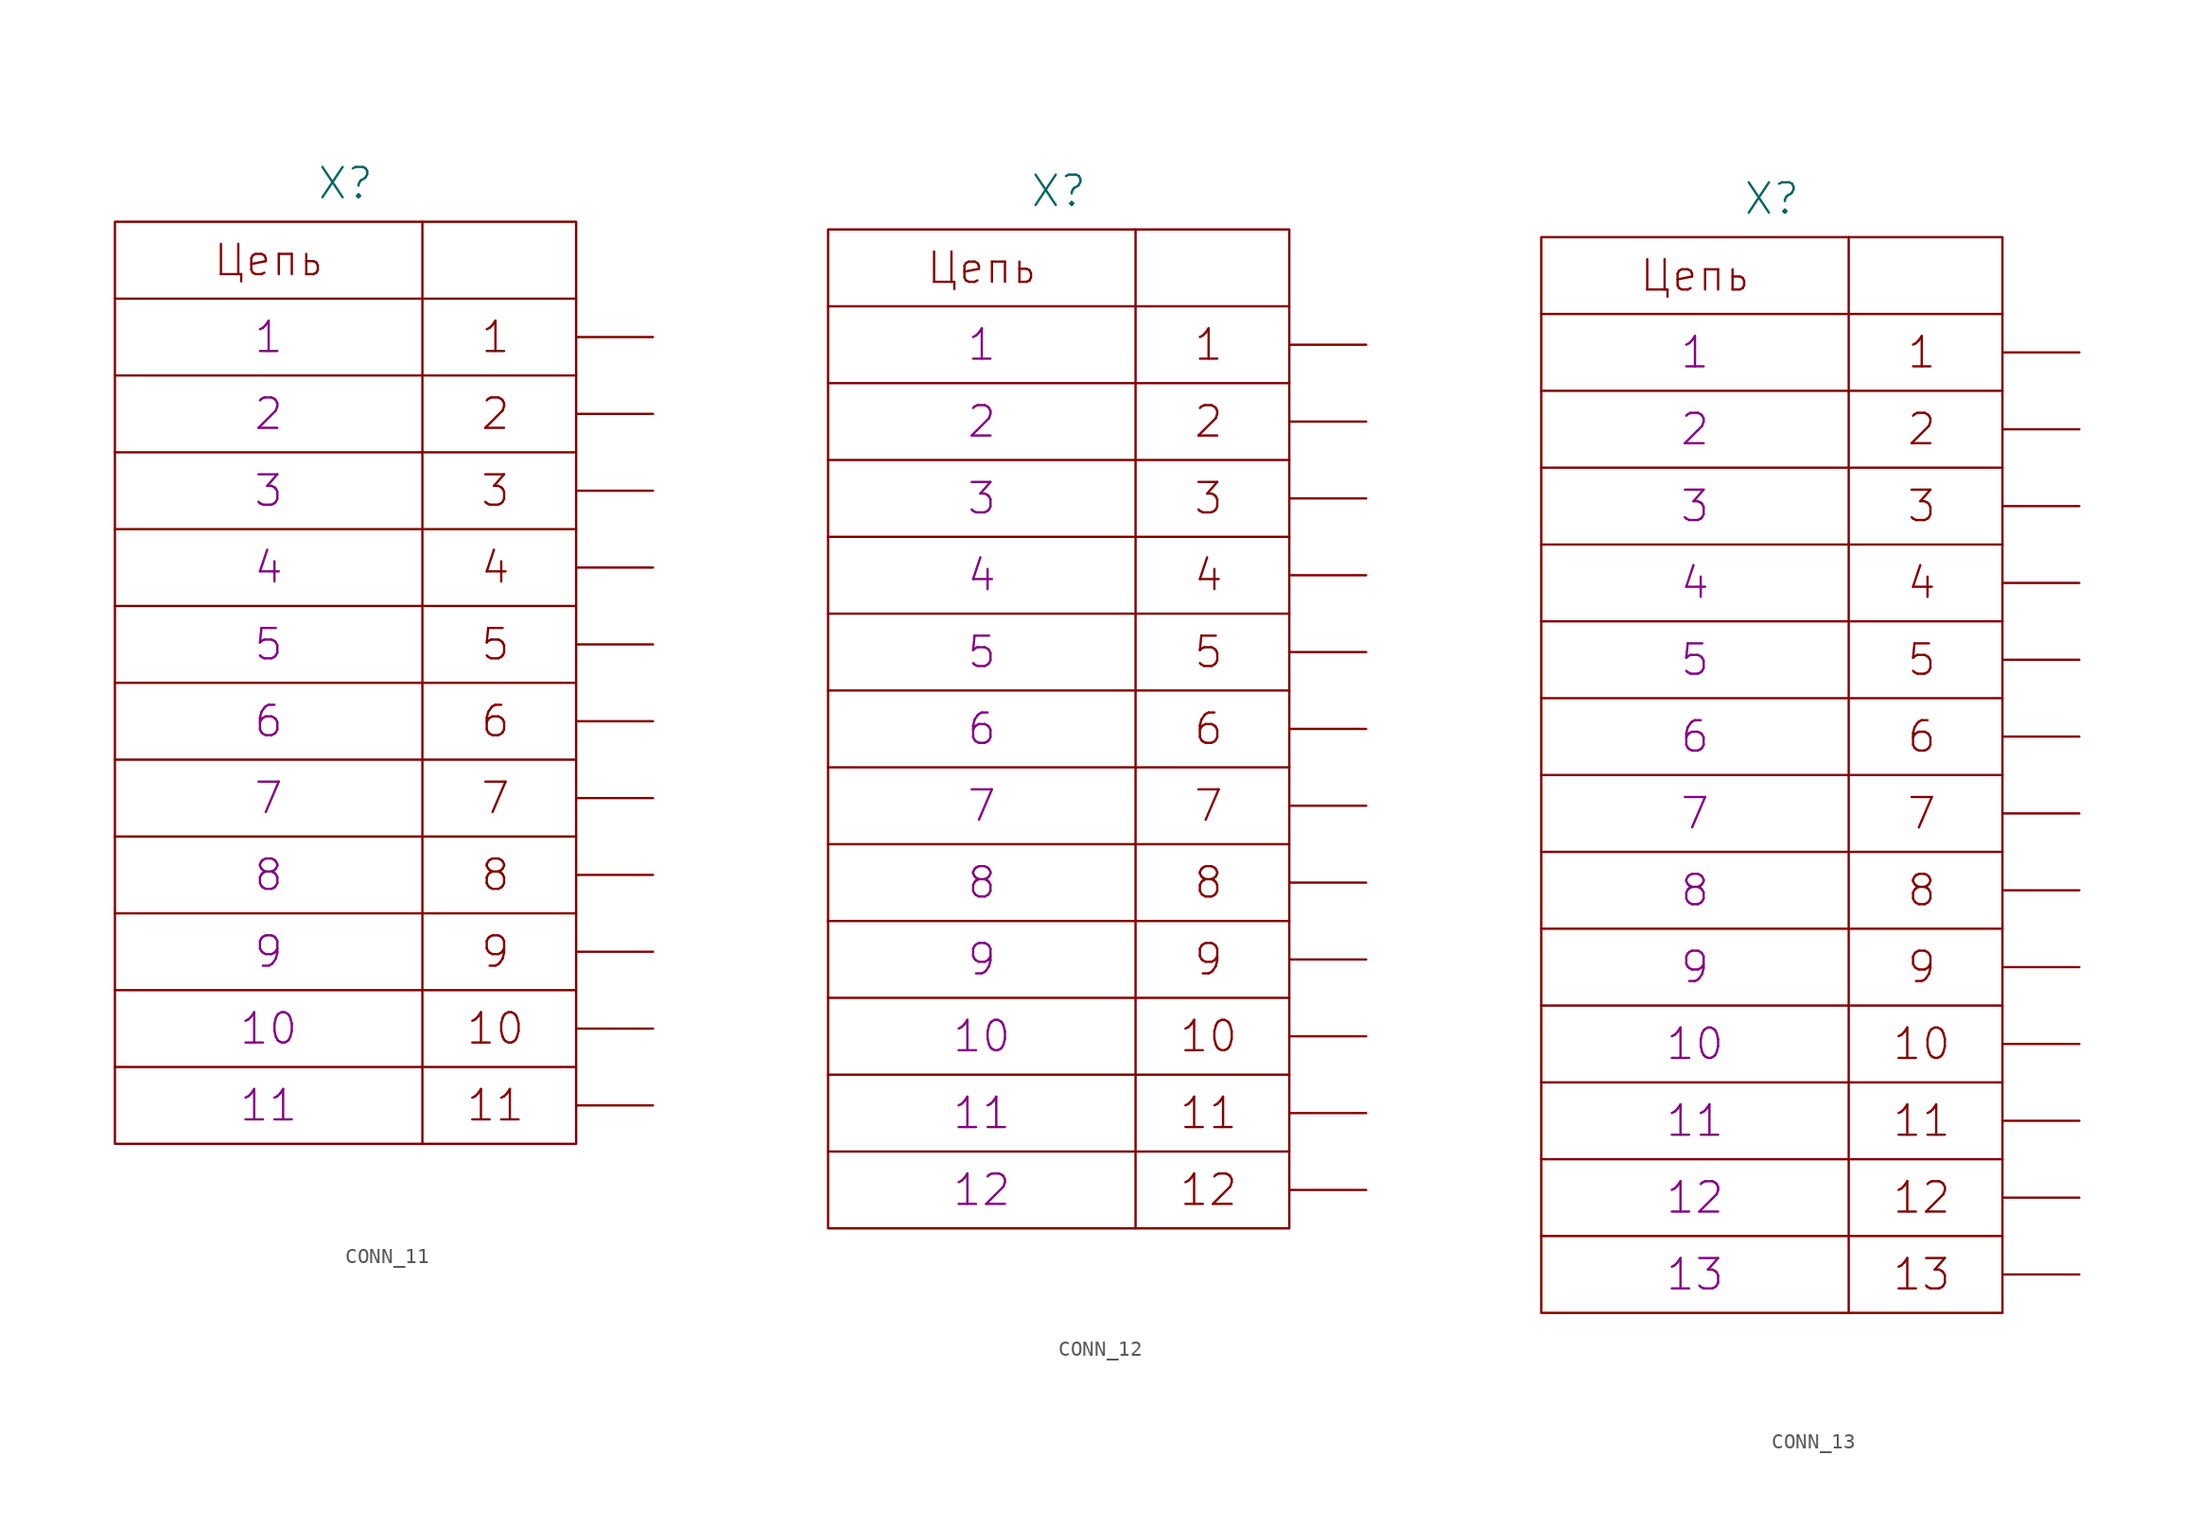
<source format=kicad_sym>
(kicad_symbol_lib
  (version 20231120)
  (generator "kicad_symbol_editor")
  (generator_version "8.0")
  (symbol "CONN_11"
    (pin_numbers hide)
    (pin_names
      (offset 0) hide)
    (property "Reference" "X"
      (at 0 33.02 0)
      (effects (font (size 2.007 2.007))))
    (property "PIN1" "1"
      (at -5.08 22.86 0)
      (effects (font (size 2.007 2.007))))
    (property "PIN2" "2"
      (at -5.08 17.78 0)
      (effects (font (size 2.007 2.007))))
    (property "PIN3" "3"
      (at -5.08 12.7 0)
      (effects (font (size 2.007 2.007))))
    (property "PIN4" "4"
      (at -5.08 7.62 0)
      (effects (font (size 2.007 2.007))))
    (property "PIN5" "5"
      (at -5.08 2.54 0)
      (effects (font (size 2.007 2.007))))
    (property "PIN6" "6"
      (at -5.08 -2.54 0)
      (effects (font (size 2.007 2.007))))
    (property "PIN7" "7"
      (at -5.08 -7.62 0)
      (effects (font (size 2.007 2.007))))
    (property "PIN8" "8"
      (at -5.08 -12.7 0)
      (effects (font (size 2.007 2.007))))
    (property "PIN9" "9"
      (at -5.08 -17.78 0)
      (effects (font (size 2.007 2.007))))
    (property "PIN10" "10"
      (at -5.08 -22.86 0)
      (effects (font (size 2.007 2.007))))
    (property "PIN11" "11"
      (at -5.08 -27.94 0)
      (effects (font (size 2.007 2.007))))
    (symbol "CONN_11_0_0"
      (polyline (pts (xy -15.24 -25.4) (xy 15.24 -25.4)) (stroke (width 0) (type solid)) (fill (type none)))
      (polyline (pts (xy -15.24 -20.32) (xy 15.24 -20.32)) (stroke (width 0) (type solid)) (fill (type none)))
      (polyline (pts (xy -15.24 -15.24) (xy 15.24 -15.24)) (stroke (width 0) (type solid)) (fill (type none)))
      (polyline (pts (xy -15.24 -10.16) (xy 15.24 -10.16)) (stroke (width 0) (type solid)) (fill (type none)))
      (polyline (pts (xy -15.24 -5.08) (xy 15.24 -5.08)) (stroke (width 0) (type solid)) (fill (type none)))
      (polyline (pts (xy -15.24 0) (xy 15.24 0)) (stroke (width 0) (type solid)) (fill (type none)))
      (polyline (pts (xy -15.24 5.08) (xy 15.24 5.08)) (stroke (width 0) (type solid)) (fill (type none)))
      (polyline (pts (xy -15.24 10.16) (xy 15.24 10.16)) (stroke (width 0) (type solid)) (fill (type none)))
      (polyline (pts (xy -15.24 15.24) (xy 15.24 15.24)) (stroke (width 0) (type solid)) (fill (type none)))
      (polyline (pts (xy -15.24 20.32) (xy 15.24 20.32)) (stroke (width 0) (type solid)) (fill (type none)))
      (polyline (pts (xy -15.24 25.4) (xy 15.24 25.4)) (stroke (width 0) (type solid)) (fill (type none)))
      (polyline (pts (xy 5.08 30.48) (xy 5.08 -30.48)) (stroke (width 0) (type solid)) (fill (type none)))
      (rectangle (start 15.24 30.48) (end -15.24 -30.48) (stroke (width 0) (type solid)) (fill (type none))))
    (symbol "CONN_11_1_1"
      (text "1" (at 9.906 22.86 0) (effects (font (size 2.007 2.007))))
      (text "10" (at 9.906 -22.86 0) (effects (font (size 2.007 2.007))))
      (text "11" (at 9.906 -27.94 0) (effects (font (size 2.007 2.007))))
      (text "2" (at 9.906 17.78 0) (effects (font (size 2.007 2.007))))
      (text "3" (at 9.906 12.7 0) (effects (font (size 2.007 2.007))))
      (text "4" (at 9.906 7.62 0) (effects (font (size 2.007 2.007))))
      (text "5" (at 9.906 2.54 0) (effects (font (size 2.007 2.007))))
      (text "6" (at 9.906 -2.54 0) (effects (font (size 2.007 2.007))))
      (text "7" (at 9.906 -7.62 0) (effects (font (size 2.007 2.007))))
      (text "8" (at 9.906 -12.7 0) (effects (font (size 2.007 2.007))))
      (text "9" (at 9.906 -17.78 0) (effects (font (size 2.007 2.007))))
      (text "Цепь" (at -5.08 27.94 0) (effects (font (size 2.007 2.007))))
      (pin passive line (at 20.32 22.86 180) (length 5.08) (name "1" (effects (font (size 2.007 2.007)))) (number "1" (effects (font (size 2.007 2.007)))))
      (pin passive line (at 20.32 -22.86 180) (length 5.08) (name "10" (effects (font (size 2.007 2.007)))) (number "10" (effects (font (size 2.007 2.007)))))
      (pin passive line (at 20.32 -27.94 180) (length 5.08) (name "11" (effects (font (size 2.007 2.007)))) (number "11" (effects (font (size 2.007 2.007)))))
      (pin passive line (at 20.32 17.78 180) (length 5.08) (name "2" (effects (font (size 2.007 2.007)))) (number "2" (effects (font (size 2.007 2.007)))))
      (pin passive line (at 20.32 12.7 180) (length 5.08) (name "3" (effects (font (size 2.007 2.007)))) (number "3" (effects (font (size 2.007 2.007)))))
      (pin passive line (at 20.32 7.62 180) (length 5.08) (name "4" (effects (font (size 2.007 2.007)))) (number "4" (effects (font (size 2.007 2.007)))))
      (pin passive line (at 20.32 2.54 180) (length 5.08) (name "5" (effects (font (size 2.007 2.007)))) (number "5" (effects (font (size 2.007 2.007)))))
      (pin passive line (at 20.32 -2.54 180) (length 5.08) (name "6" (effects (font (size 2.007 2.007)))) (number "6" (effects (font (size 2.007 2.007)))))
      (pin passive line (at 20.32 -7.62 180) (length 5.08) (name "7" (effects (font (size 2.007 2.007)))) (number "7" (effects (font (size 2.007 2.007)))))
      (pin passive line (at 20.32 -12.7 180) (length 5.08) (name "8" (effects (font (size 2.007 2.007)))) (number "8" (effects (font (size 2.007 2.007)))))
      (pin passive line (at 20.32 -17.78 180) (length 5.08) (name "9" (effects (font (size 2.007 2.007)))) (number "9" (effects (font (size 2.007 2.007)))))))
  (symbol "CONN_12"
    (pin_numbers hide)
    (pin_names
      (offset 0) hide)
    (property "Reference" "X"
      (at 0 35.56 0)
      (effects (font (size 2.007 2.007))))
    (property "PIN1" "1"
      (at -5.08 25.4 0)
      (effects (font (size 2.007 2.007))))
    (property "PIN2" "2"
      (at -5.08 20.32 0)
      (effects (font (size 2.007 2.007))))
    (property "PIN3" "3"
      (at -5.08 15.24 0)
      (effects (font (size 2.007 2.007))))
    (property "PIN4" "4"
      (at -5.08 10.16 0)
      (effects (font (size 2.007 2.007))))
    (property "PIN5" "5"
      (at -5.08 5.08 0)
      (effects (font (size 2.007 2.007))))
    (property "PIN6" "6"
      (at -5.08 0 0)
      (effects (font (size 2.007 2.007))))
    (property "PIN7" "7"
      (at -5.08 -5.08 0)
      (effects (font (size 2.007 2.007))))
    (property "PIN8" "8"
      (at -5.08 -10.16 0)
      (effects (font (size 2.007 2.007))))
    (property "PIN9" "9"
      (at -5.08 -15.24 0)
      (effects (font (size 2.007 2.007))))
    (property "PIN10" "10"
      (at -5.08 -20.32 0)
      (effects (font (size 2.007 2.007))))
    (property "PIN11" "11"
      (at -5.08 -25.4 0)
      (effects (font (size 2.007 2.007))))
    (property "PIN12" "12"
      (at -5.08 -30.48 0)
      (effects (font (size 2.007 2.007))))
    (symbol "CONN_12_0_0"
      (polyline (pts (xy -15.24 -27.94) (xy 15.24 -27.94)) (stroke (width 0) (type solid)) (fill (type none)))
      (polyline (pts (xy -15.24 -22.86) (xy 15.24 -22.86)) (stroke (width 0) (type solid)) (fill (type none)))
      (polyline (pts (xy -15.24 -17.78) (xy 15.24 -17.78)) (stroke (width 0) (type solid)) (fill (type none)))
      (polyline (pts (xy -15.24 -12.7) (xy 15.24 -12.7)) (stroke (width 0) (type solid)) (fill (type none)))
      (polyline (pts (xy -15.24 -7.62) (xy 15.24 -7.62)) (stroke (width 0) (type solid)) (fill (type none)))
      (polyline (pts (xy -15.24 -2.54) (xy 15.24 -2.54)) (stroke (width 0) (type solid)) (fill (type none)))
      (polyline (pts (xy -15.24 2.54) (xy 15.24 2.54)) (stroke (width 0) (type solid)) (fill (type none)))
      (polyline (pts (xy -15.24 7.62) (xy 15.24 7.62)) (stroke (width 0) (type solid)) (fill (type none)))
      (polyline (pts (xy -15.24 12.7) (xy 15.24 12.7)) (stroke (width 0) (type solid)) (fill (type none)))
      (polyline (pts (xy -15.24 17.78) (xy 15.24 17.78)) (stroke (width 0) (type solid)) (fill (type none)))
      (polyline (pts (xy -15.24 22.86) (xy 15.24 22.86)) (stroke (width 0) (type solid)) (fill (type none)))
      (polyline (pts (xy -15.24 27.94) (xy 15.24 27.94)) (stroke (width 0) (type solid)) (fill (type none)))
      (polyline (pts (xy 5.08 33.02) (xy 5.08 -33.02)) (stroke (width 0) (type solid)) (fill (type none)))
      (rectangle (start 15.24 33.02) (end -15.24 -33.02) (stroke (width 0) (type solid)) (fill (type none))))
    (symbol "CONN_12_1_1"
      (text "1" (at 9.906 25.4 0) (effects (font (size 2.007 2.007))))
      (text "10" (at 9.906 -20.32 0) (effects (font (size 2.007 2.007))))
      (text "11" (at 9.906 -25.4 0) (effects (font (size 2.007 2.007))))
      (text "12" (at 9.906 -30.48 0) (effects (font (size 2.007 2.007))))
      (text "2" (at 9.906 20.32 0) (effects (font (size 2.007 2.007))))
      (text "3" (at 9.906 15.24 0) (effects (font (size 2.007 2.007))))
      (text "4" (at 9.906 10.16 0) (effects (font (size 2.007 2.007))))
      (text "5" (at 9.906 5.08 0) (effects (font (size 2.007 2.007))))
      (text "6" (at 9.906 0 0) (effects (font (size 2.007 2.007))))
      (text "7" (at 9.906 -5.08 0) (effects (font (size 2.007 2.007))))
      (text "8" (at 9.906 -10.16 0) (effects (font (size 2.007 2.007))))
      (text "9" (at 9.906 -15.24 0) (effects (font (size 2.007 2.007))))
      (text "Цепь" (at -5.08 30.48 0) (effects (font (size 2.007 2.007))))
      (pin passive line (at 20.32 25.4 180) (length 5.08) (name "1" (effects (font (size 2.007 2.007)))) (number "1" (effects (font (size 2.007 2.007)))))
      (pin passive line (at 20.32 -20.32 180) (length 5.08) (name "10" (effects (font (size 2.007 2.007)))) (number "10" (effects (font (size 2.007 2.007)))))
      (pin passive line (at 20.32 -25.4 180) (length 5.08) (name "11" (effects (font (size 2.007 2.007)))) (number "11" (effects (font (size 2.007 2.007)))))
      (pin passive line (at 20.32 -30.48 180) (length 5.08) (name "12" (effects (font (size 2.007 2.007)))) (number "12" (effects (font (size 2.007 2.007)))))
      (pin passive line (at 20.32 20.32 180) (length 5.08) (name "2" (effects (font (size 2.007 2.007)))) (number "2" (effects (font (size 2.007 2.007)))))
      (pin passive line (at 20.32 15.24 180) (length 5.08) (name "3" (effects (font (size 2.007 2.007)))) (number "3" (effects (font (size 2.007 2.007)))))
      (pin passive line (at 20.32 10.16 180) (length 5.08) (name "4" (effects (font (size 2.007 2.007)))) (number "4" (effects (font (size 2.007 2.007)))))
      (pin passive line (at 20.32 5.08 180) (length 5.08) (name "5" (effects (font (size 2.007 2.007)))) (number "5" (effects (font (size 2.007 2.007)))))
      (pin passive line (at 20.32 0 180) (length 5.08) (name "6" (effects (font (size 2.007 2.007)))) (number "6" (effects (font (size 2.007 2.007)))))
      (pin passive line (at 20.32 -5.08 180) (length 5.08) (name "7" (effects (font (size 2.007 2.007)))) (number "7" (effects (font (size 2.007 2.007)))))
      (pin passive line (at 20.32 -10.16 180) (length 5.08) (name "8" (effects (font (size 2.007 2.007)))) (number "8" (effects (font (size 2.007 2.007)))))
      (pin passive line (at 20.32 -15.24 180) (length 5.08) (name "9" (effects (font (size 2.007 2.007)))) (number "9" (effects (font (size 2.007 2.007)))))))
  (symbol "CONN_13"
    (pin_numbers hide)
    (pin_names
      (offset 0) hide)
    (property "Reference" "X"
      (at 0 38.1 0)
      (effects (font (size 2.007 2.007))))
    (property "PIN1" "1"
      (at -5.08 27.94 0)
      (effects (font (size 2.007 2.007))))
    (property "PIN2" "2"
      (at -5.08 22.86 0)
      (effects (font (size 2.007 2.007))))
    (property "PIN3" "3"
      (at -5.08 17.78 0)
      (effects (font (size 2.007 2.007))))
    (property "PIN4" "4"
      (at -5.08 12.7 0)
      (effects (font (size 2.007 2.007))))
    (property "PIN5" "5"
      (at -5.08 7.62 0)
      (effects (font (size 2.007 2.007))))
    (property "PIN6" "6"
      (at -5.08 2.54 0)
      (effects (font (size 2.007 2.007))))
    (property "PIN7" "7"
      (at -5.08 -2.54 0)
      (effects (font (size 2.007 2.007))))
    (property "PIN8" "8"
      (at -5.08 -7.62 0)
      (effects (font (size 2.007 2.007))))
    (property "PIN9" "9"
      (at -5.08 -12.7 0)
      (effects (font (size 2.007 2.007))))
    (property "PIN10" "10"
      (at -5.08 -17.78 0)
      (effects (font (size 2.007 2.007))))
    (property "PIN11" "11"
      (at -5.08 -22.86 0)
      (effects (font (size 2.007 2.007))))
    (property "PIN12" "12"
      (at -5.08 -27.94 0)
      (effects (font (size 2.007 2.007))))
    (property "PIN13" "13"
      (at -5.08 -33.02 0)
      (effects (font (size 2.007 2.007))))
    (symbol "CONN_13_0_0"
      (polyline (pts (xy -15.24 -30.48) (xy 15.24 -30.48)) (stroke (width 0) (type solid)) (fill (type none)))
      (polyline (pts (xy -15.24 -25.4) (xy 15.24 -25.4)) (stroke (width 0) (type solid)) (fill (type none)))
      (polyline (pts (xy -15.24 -20.32) (xy 15.24 -20.32)) (stroke (width 0) (type solid)) (fill (type none)))
      (polyline (pts (xy -15.24 -15.24) (xy 15.24 -15.24)) (stroke (width 0) (type solid)) (fill (type none)))
      (polyline (pts (xy -15.24 -10.16) (xy 15.24 -10.16)) (stroke (width 0) (type solid)) (fill (type none)))
      (polyline (pts (xy -15.24 -5.08) (xy 15.24 -5.08)) (stroke (width 0) (type solid)) (fill (type none)))
      (polyline (pts (xy -15.24 0) (xy 15.24 0)) (stroke (width 0) (type solid)) (fill (type none)))
      (polyline (pts (xy -15.24 5.08) (xy 15.24 5.08)) (stroke (width 0) (type solid)) (fill (type none)))
      (polyline (pts (xy -15.24 10.16) (xy 15.24 10.16)) (stroke (width 0) (type solid)) (fill (type none)))
      (polyline (pts (xy -15.24 15.24) (xy 15.24 15.24)) (stroke (width 0) (type solid)) (fill (type none)))
      (polyline (pts (xy -15.24 20.32) (xy 15.24 20.32)) (stroke (width 0) (type solid)) (fill (type none)))
      (polyline (pts (xy -15.24 25.4) (xy 15.24 25.4)) (stroke (width 0) (type solid)) (fill (type none)))
      (polyline (pts (xy -15.24 30.48) (xy 15.24 30.48)) (stroke (width 0) (type solid)) (fill (type none)))
      (polyline (pts (xy 5.08 35.56) (xy 5.08 -35.56)) (stroke (width 0) (type solid)) (fill (type none)))
      (rectangle (start 15.24 35.56) (end -15.24 -35.56) (stroke (width 0) (type solid)) (fill (type none))))
    (symbol "CONN_13_1_1"
      (text "1" (at 9.906 27.94 0) (effects (font (size 2.007 2.007))))
      (text "10" (at 9.906 -17.78 0) (effects (font (size 2.007 2.007))))
      (text "11" (at 9.906 -22.86 0) (effects (font (size 2.007 2.007))))
      (text "12" (at 9.906 -27.94 0) (effects (font (size 2.007 2.007))))
      (text "13" (at 9.906 -33.02 0) (effects (font (size 2.007 2.007))))
      (text "2" (at 9.906 22.86 0) (effects (font (size 2.007 2.007))))
      (text "3" (at 9.906 17.78 0) (effects (font (size 2.007 2.007))))
      (text "4" (at 9.906 12.7 0) (effects (font (size 2.007 2.007))))
      (text "5" (at 9.906 7.62 0) (effects (font (size 2.007 2.007))))
      (text "6" (at 9.906 2.54 0) (effects (font (size 2.007 2.007))))
      (text "7" (at 9.906 -2.54 0) (effects (font (size 2.007 2.007))))
      (text "8" (at 9.906 -7.62 0) (effects (font (size 2.007 2.007))))
      (text "9" (at 9.906 -12.7 0) (effects (font (size 2.007 2.007))))
      (text "Цепь" (at -5.08 33.02 0) (effects (font (size 2.007 2.007))))
      (pin passive line (at 20.32 27.94 180) (length 5.08) (name "1" (effects (font (size 2.007 2.007)))) (number "1" (effects (font (size 2.007 2.007)))))
      (pin passive line (at 20.32 -17.78 180) (length 5.08) (name "10" (effects (font (size 2.007 2.007)))) (number "10" (effects (font (size 2.007 2.007)))))
      (pin passive line (at 20.32 -22.86 180) (length 5.08) (name "11" (effects (font (size 2.007 2.007)))) (number "11" (effects (font (size 2.007 2.007)))))
      (pin passive line (at 20.32 -27.94 180) (length 5.08) (name "12" (effects (font (size 2.007 2.007)))) (number "12" (effects (font (size 2.007 2.007)))))
      (pin passive line (at 20.32 -33.02 180) (length 5.08) (name "13" (effects (font (size 2.007 2.007)))) (number "13" (effects (font (size 2.007 2.007)))))
      (pin passive line (at 20.32 22.86 180) (length 5.08) (name "2" (effects (font (size 2.007 2.007)))) (number "2" (effects (font (size 2.007 2.007)))))
      (pin passive line (at 20.32 17.78 180) (length 5.08) (name "3" (effects (font (size 2.007 2.007)))) (number "3" (effects (font (size 2.007 2.007)))))
      (pin passive line (at 20.32 12.7 180) (length 5.08) (name "4" (effects (font (size 2.007 2.007)))) (number "4" (effects (font (size 2.007 2.007)))))
      (pin passive line (at 20.32 7.62 180) (length 5.08) (name "5" (effects (font (size 2.007 2.007)))) (number "5" (effects (font (size 2.007 2.007)))))
      (pin passive line (at 20.32 2.54 180) (length 5.08) (name "6" (effects (font (size 2.007 2.007)))) (number "6" (effects (font (size 2.007 2.007)))))
      (pin passive line (at 20.32 -2.54 180) (length 5.08) (name "7" (effects (font (size 2.007 2.007)))) (number "7" (effects (font (size 2.007 2.007)))))
      (pin passive line (at 20.32 -7.62 180) (length 5.08) (name "8" (effects (font (size 2.007 2.007)))) (number "8" (effects (font (size 2.007 2.007)))))
      (pin passive line (at 20.32 -12.7 180) (length 5.08) (name "9" (effects (font (size 2.007 2.007)))) (number "9" (effects (font (size 2.007 2.007))))))))
</source>
